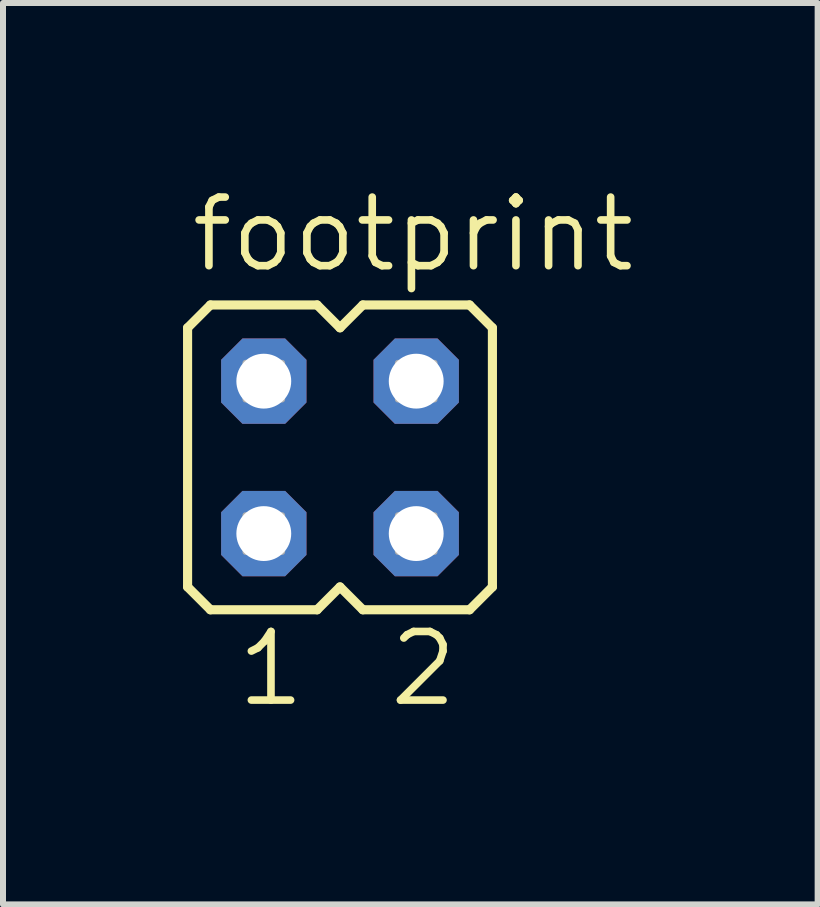
<source format=kicad_pcb>
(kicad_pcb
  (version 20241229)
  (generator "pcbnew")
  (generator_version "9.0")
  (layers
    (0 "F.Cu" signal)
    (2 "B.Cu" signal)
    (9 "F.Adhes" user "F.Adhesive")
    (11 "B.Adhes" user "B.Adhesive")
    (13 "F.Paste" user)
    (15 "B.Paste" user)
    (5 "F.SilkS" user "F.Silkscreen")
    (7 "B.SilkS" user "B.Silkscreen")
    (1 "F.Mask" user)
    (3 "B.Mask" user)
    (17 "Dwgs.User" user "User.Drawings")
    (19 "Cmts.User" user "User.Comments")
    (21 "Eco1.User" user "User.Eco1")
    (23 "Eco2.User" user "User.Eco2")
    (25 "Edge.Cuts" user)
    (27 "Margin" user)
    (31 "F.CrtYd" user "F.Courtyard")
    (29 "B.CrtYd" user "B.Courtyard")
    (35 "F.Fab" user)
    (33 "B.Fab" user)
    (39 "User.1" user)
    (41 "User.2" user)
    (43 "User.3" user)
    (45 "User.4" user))
  (footprint "footprint"
    (layer "F.Cu")
    (at 2.616 4.572)
    (property "Reference" "footprint" (at -2.54 -3.048 0) (layer "F.SilkS") (effects (font (size 1.143 1.143) (thickness 0.127)) (justify left bottom)))
    (fp_line (start -2.54 -2.159) (end -2.159 -2.54) (stroke (width 0.152) (type solid)) (layer "F.SilkS"))
    (fp_line (start -2.54 2.159) (end -2.54 -2.159) (stroke (width 0.152) (type solid)) (layer "F.SilkS"))
    (fp_line (start -2.54 2.159) (end -2.159 2.54) (stroke (width 0.152) (type solid)) (layer "F.SilkS"))
    (fp_line (start -2.159 -2.54) (end -0.381 -2.54) (stroke (width 0.152) (type solid)) (layer "F.SilkS"))
    (fp_line (start -2.159 2.54) (end -0.381 2.54) (stroke (width 0.152) (type solid)) (layer "F.SilkS"))
    (fp_line (start -0.381 -2.54) (end 0 -2.159) (stroke (width 0.152) (type solid)) (layer "F.SilkS"))
    (fp_line (start 0 -2.159) (end 0.381 -2.54) (stroke (width 0.152) (type solid)) (layer "F.SilkS"))
    (fp_line (start 0 2.159) (end -0.381 2.54) (stroke (width 0.152) (type solid)) (layer "F.SilkS"))
    (fp_line (start 0 2.159) (end 0.381 2.54) (stroke (width 0.152) (type solid)) (layer "F.SilkS"))
    (fp_line (start 0.381 -2.54) (end 2.159 -2.54) (stroke (width 0.152) (type solid)) (layer "F.SilkS"))
    (fp_line (start 2.159 2.54) (end 0.381 2.54) (stroke (width 0.152) (type solid)) (layer "F.SilkS"))
    (fp_line (start 2.54 -2.159) (end 2.159 -2.54) (stroke (width 0.152) (type solid)) (layer "F.SilkS"))
    (fp_line (start 2.54 -2.159) (end 2.54 2.159) (stroke (width 0.152) (type solid)) (layer "F.SilkS"))
    (fp_line (start 2.54 2.159) (end 2.159 2.54) (stroke (width 0.152) (type solid)) (layer "F.SilkS"))
    (fp_poly (pts (xy -1.575 -0.965) (xy -0.965 -0.965) (xy -0.965 -1.575) (xy -1.575 -1.575)) (stroke (width 0.1) (type solid)) (fill no) (layer "F.Fab"))
    (fp_poly (pts (xy -1.575 1.575) (xy -0.965 1.575) (xy -0.965 0.965) (xy -1.575 0.965)) (stroke (width 0.1) (type solid)) (fill no) (layer "F.Fab"))
    (fp_poly (pts (xy 0.965 -0.965) (xy 1.575 -0.965) (xy 1.575 -1.575) (xy 0.965 -1.575)) (stroke (width 0.1) (type solid)) (fill no) (layer "F.Fab"))
    (fp_poly (pts (xy 0.965 1.575) (xy 1.575 1.575) (xy 1.575 0.965) (xy 0.965 0.965)) (stroke (width 0.1) (type solid)) (fill no) (layer "F.Fab"))
    (fp_text user "1" (at -1.778 4.191 0) (layer "F.SilkS") (effects (font (size 1.143 1.143) (thickness 0.127)) (justify left bottom)))
    (fp_text user "2" (at 0.762 4.191 0) (layer "F.SilkS") (effects (font (size 1.143 1.143) (thickness 0.127)) (justify left bottom)))
    (pad "1" thru_hole roundrect (at -1.27 1.27) (size 1.422 1.422) (drill 0.914) (layers "*.Cu" "*.Mask") (roundrect_rratio 0.25) (chamfer_ratio 0.25) (chamfer top_left top_right bottom_left bottom_right))
    (pad "2" thru_hole roundrect (at -1.27 -1.27) (size 1.422 1.422) (drill 0.914) (layers "*.Cu" "*.Mask") (roundrect_rratio 0.25) (chamfer_ratio 0.25) (chamfer top_left top_right bottom_left bottom_right))
    (pad "3" thru_hole roundrect (at 1.27 1.27) (size 1.422 1.422) (drill 0.914) (layers "*.Cu" "*.Mask") (roundrect_rratio 0.25) (chamfer_ratio 0.25) (chamfer top_left top_right bottom_left bottom_right))
    (pad "4" thru_hole roundrect (at 1.27 -1.27) (size 1.422 1.422) (drill 0.914) (layers "*.Cu" "*.Mask") (roundrect_rratio 0.25) (chamfer_ratio 0.25) (chamfer top_left top_right bottom_left bottom_right)))
  (gr_rect
    (start -3 -3)
    (end 10.576 12.022)
    (stroke (width 0.1) (type default))
    (fill no)
    (layer "Edge.Cuts")))
</source>
